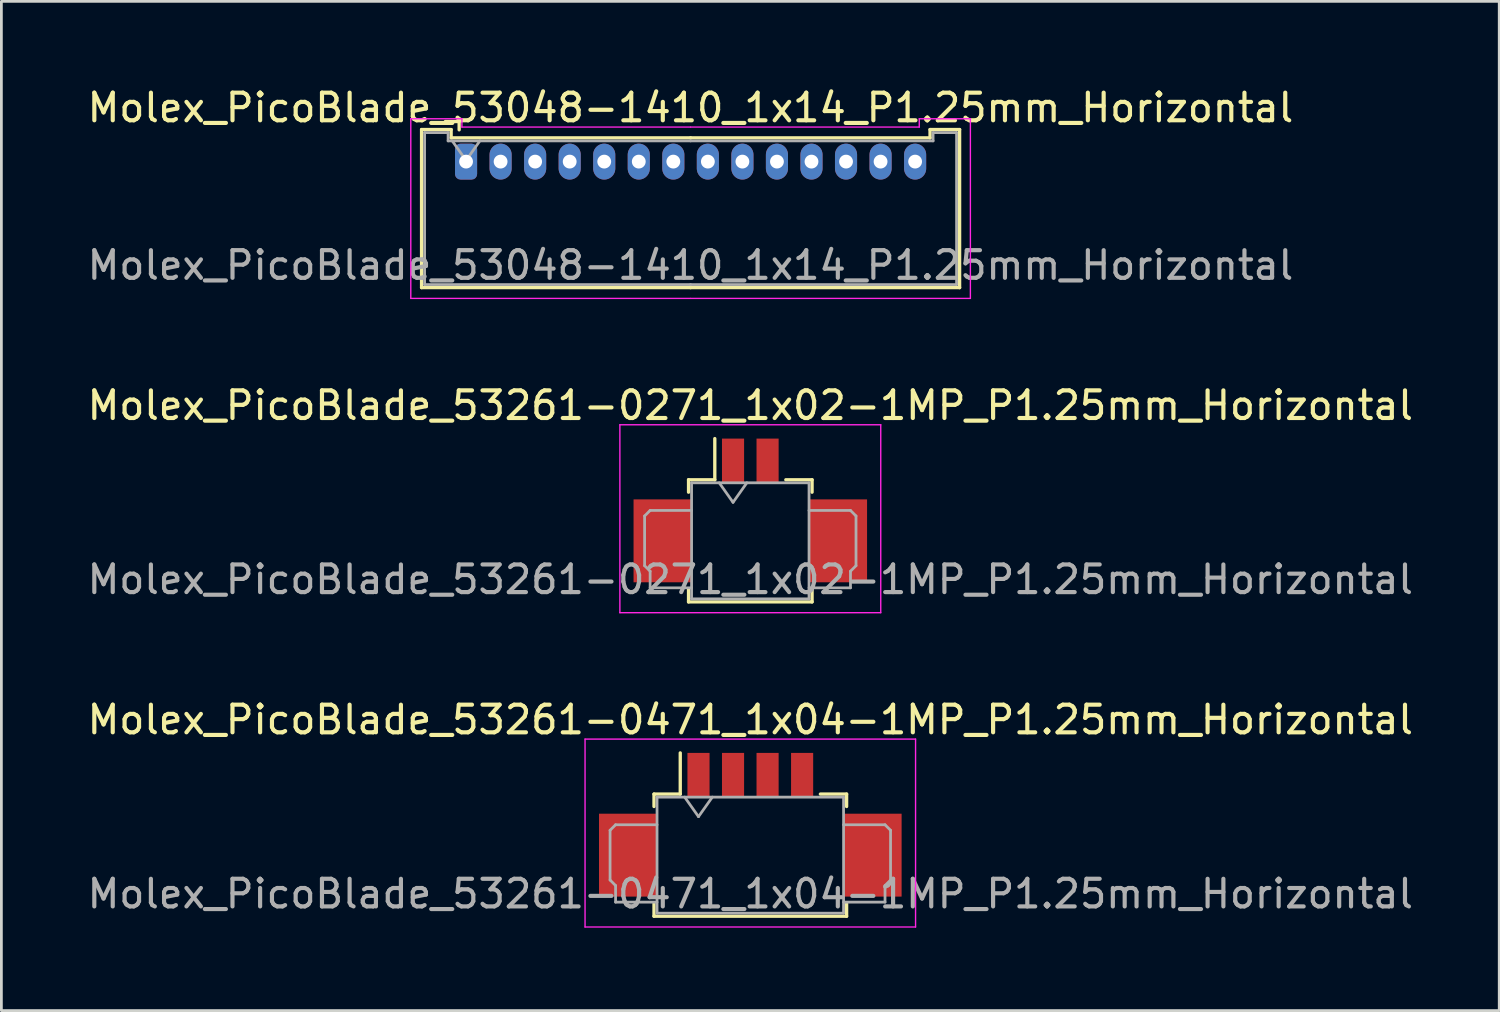
<source format=kicad_pcb>
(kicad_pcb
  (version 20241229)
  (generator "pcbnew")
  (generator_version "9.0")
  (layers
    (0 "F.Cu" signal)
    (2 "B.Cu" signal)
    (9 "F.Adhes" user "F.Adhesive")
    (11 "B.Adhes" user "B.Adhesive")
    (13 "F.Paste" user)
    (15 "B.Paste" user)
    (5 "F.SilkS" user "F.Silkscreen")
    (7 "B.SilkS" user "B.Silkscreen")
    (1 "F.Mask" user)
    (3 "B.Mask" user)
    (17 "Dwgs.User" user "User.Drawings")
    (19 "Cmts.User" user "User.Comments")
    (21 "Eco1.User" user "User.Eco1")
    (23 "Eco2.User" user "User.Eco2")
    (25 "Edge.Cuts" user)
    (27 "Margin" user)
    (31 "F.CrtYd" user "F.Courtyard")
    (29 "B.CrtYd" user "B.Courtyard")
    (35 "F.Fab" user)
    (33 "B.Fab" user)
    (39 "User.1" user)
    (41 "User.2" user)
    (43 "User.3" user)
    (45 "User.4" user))
  (footprint "Molex_PicoBlade_53048-1410_1x14_P1.25mm_Horizontal"
    (layer "F.Cu")
    (at 13.815 2.798)
    (property "Reference" "Molex_PicoBlade_53048-1410_1x14_P1.25mm_Horizontal" (at 8.12 -1.95 0) (layer "F.SilkS") (effects (font (size 1 1) (thickness 0.15))))
    (attr through_hole)
    (fp_line (start -1.61 -1.16) (end -1.61 4.56) (stroke (width 0.12) (type solid)) (layer "F.SilkS"))
    (fp_line (start -1.61 4.56) (end 8.125 4.56) (stroke (width 0.12) (type solid)) (layer "F.SilkS"))
    (fp_line (start -0.54 -1.16) (end -1.61 -1.16) (stroke (width 0.12) (type solid)) (layer "F.SilkS"))
    (fp_line (start -0.54 -0.86) (end -0.54 -1.16) (stroke (width 0.12) (type solid)) (layer "F.SilkS"))
    (fp_line (start -0.25 -1.45) (end -0.75 -1.45) (stroke (width 0.12) (type solid)) (layer "F.SilkS"))
    (fp_line (start -0.25 -1.15) (end -0.25 -1.45) (stroke (width 0.12) (type solid)) (layer "F.SilkS"))
    (fp_line (start 8.125 -0.86) (end -0.54 -0.86) (stroke (width 0.12) (type solid)) (layer "F.SilkS"))
    (fp_line (start 8.125 -0.86) (end 16.79 -0.86) (stroke (width 0.12) (type solid)) (layer "F.SilkS"))
    (fp_line (start 16.79 -1.16) (end 17.86 -1.16) (stroke (width 0.12) (type solid)) (layer "F.SilkS"))
    (fp_line (start 16.79 -0.86) (end 16.79 -1.16) (stroke (width 0.12) (type solid)) (layer "F.SilkS"))
    (fp_line (start 17.86 -1.16) (end 17.86 4.56) (stroke (width 0.12) (type solid)) (layer "F.SilkS"))
    (fp_line (start 17.86 4.56) (end 8.125 4.56) (stroke (width 0.12) (type solid)) (layer "F.SilkS"))
    (fp_line (start -2 -1.55) (end -2 4.95) (stroke (width 0.05) (type solid)) (layer "F.CrtYd"))
    (fp_line (start -2 4.95) (end 8.12 4.95) (stroke (width 0.05) (type solid)) (layer "F.CrtYd"))
    (fp_line (start -0.15 -1.55) (end -2 -1.55) (stroke (width 0.05) (type solid)) (layer "F.CrtYd"))
    (fp_line (start -0.15 -1.25) (end -0.15 -1.55) (stroke (width 0.05) (type solid)) (layer "F.CrtYd"))
    (fp_line (start 8.12 -1.25) (end -0.15 -1.25) (stroke (width 0.05) (type solid)) (layer "F.CrtYd"))
    (fp_line (start 8.13 -1.25) (end 16.4 -1.25) (stroke (width 0.05) (type solid)) (layer "F.CrtYd"))
    (fp_line (start 16.4 -1.55) (end 18.25 -1.55) (stroke (width 0.05) (type solid)) (layer "F.CrtYd"))
    (fp_line (start 16.4 -1.25) (end 16.4 -1.55) (stroke (width 0.05) (type solid)) (layer "F.CrtYd"))
    (fp_line (start 18.25 -1.55) (end 18.25 4.95) (stroke (width 0.05) (type solid)) (layer "F.CrtYd"))
    (fp_line (start 18.25 4.95) (end 8.13 4.95) (stroke (width 0.05) (type solid)) (layer "F.CrtYd"))
    (fp_line (start -1.5 -1.05) (end -1.5 4.45) (stroke (width 0.1) (type solid)) (layer "F.Fab"))
    (fp_line (start -1.5 4.45) (end 8.125 4.45) (stroke (width 0.1) (type solid)) (layer "F.Fab"))
    (fp_line (start -0.65 -1.05) (end -1.5 -1.05) (stroke (width 0.1) (type solid)) (layer "F.Fab"))
    (fp_line (start -0.65 -0.75) (end -0.65 -1.05) (stroke (width 0.1) (type solid)) (layer "F.Fab"))
    (fp_line (start -0.5 -0.75) (end 0 -0.043) (stroke (width 0.1) (type solid)) (layer "F.Fab"))
    (fp_line (start 0 -0.043) (end 0.5 -0.75) (stroke (width 0.1) (type solid)) (layer "F.Fab"))
    (fp_line (start 8.125 -0.75) (end -0.65 -0.75) (stroke (width 0.1) (type solid)) (layer "F.Fab"))
    (fp_line (start 8.125 -0.75) (end 16.9 -0.75) (stroke (width 0.1) (type solid)) (layer "F.Fab"))
    (fp_line (start 16.9 -1.05) (end 17.75 -1.05) (stroke (width 0.1) (type solid)) (layer "F.Fab"))
    (fp_line (start 16.9 -0.75) (end 16.9 -1.05) (stroke (width 0.1) (type solid)) (layer "F.Fab"))
    (fp_line (start 17.75 -1.05) (end 17.75 4.45) (stroke (width 0.1) (type solid)) (layer "F.Fab"))
    (fp_line (start 17.75 4.45) (end 8.125 4.45) (stroke (width 0.1) (type solid)) (layer "F.Fab"))
    (fp_text user "${REFERENCE}" (at 8.12 3.75 0) (layer "F.Fab") (effects (font (size 1 1) (thickness 0.15))))
    (pad "1" thru_hole roundrect (at 0 0) (size 0.8 1.3) (drill 0.5) (layers "*.Cu" "*.Mask") (roundrect_rratio 0.25))
    (pad "2" thru_hole oval (at 1.25 0) (size 0.8 1.3) (drill 0.5) (layers "*.Cu" "*.Mask"))
    (pad "3" thru_hole oval (at 2.5 0) (size 0.8 1.3) (drill 0.5) (layers "*.Cu" "*.Mask"))
    (pad "4" thru_hole oval (at 3.75 0) (size 0.8 1.3) (drill 0.5) (layers "*.Cu" "*.Mask"))
    (pad "5" thru_hole oval (at 5 0) (size 0.8 1.3) (drill 0.5) (layers "*.Cu" "*.Mask"))
    (pad "6" thru_hole oval (at 6.25 0) (size 0.8 1.3) (drill 0.5) (layers "*.Cu" "*.Mask"))
    (pad "7" thru_hole oval (at 7.5 0) (size 0.8 1.3) (drill 0.5) (layers "*.Cu" "*.Mask"))
    (pad "8" thru_hole oval (at 8.75 0) (size 0.8 1.3) (drill 0.5) (layers "*.Cu" "*.Mask"))
    (pad "9" thru_hole oval (at 10 0) (size 0.8 1.3) (drill 0.5) (layers "*.Cu" "*.Mask"))
    (pad "10" thru_hole oval (at 11.25 0) (size 0.8 1.3) (drill 0.5) (layers "*.Cu" "*.Mask"))
    (pad "11" thru_hole oval (at 12.5 0) (size 0.8 1.3) (drill 0.5) (layers "*.Cu" "*.Mask"))
    (pad "12" thru_hole oval (at 13.75 0) (size 0.8 1.3) (drill 0.5) (layers "*.Cu" "*.Mask"))
    (pad "13" thru_hole oval (at 15 0) (size 0.8 1.3) (drill 0.5) (layers "*.Cu" "*.Mask"))
    (pad "14" thru_hole oval (at 16.25 0) (size 0.8 1.3) (drill 0.5) (layers "*.Cu" "*.Mask")))
  (footprint "Molex_PicoBlade_53261-0271_1x02-1MP_P1.25mm_Horizontal"
    (layer "F.Cu")
    (at 24.101 16.021)
    (property "Reference" "Molex_PicoBlade_53261-0271_1x02-1MP_P1.25mm_Horizontal" (at 0 -4.4 0) (layer "F.SilkS") (effects (font (size 1 1) (thickness 0.15))))
    (attr smd)
    (fp_line (start -2.235 -1.71) (end -1.285 -1.71) (stroke (width 0.12) (type solid)) (layer "F.SilkS"))
    (fp_line (start -2.235 -1.26) (end -2.235 -1.71) (stroke (width 0.12) (type solid)) (layer "F.SilkS"))
    (fp_line (start -2.235 2.26) (end -2.235 2.71) (stroke (width 0.12) (type solid)) (layer "F.SilkS"))
    (fp_line (start -2.235 2.71) (end 2.235 2.71) (stroke (width 0.12) (type solid)) (layer "F.SilkS"))
    (fp_line (start -1.285 -1.71) (end -1.285 -3.2) (stroke (width 0.12) (type solid)) (layer "F.SilkS"))
    (fp_line (start 2.235 -1.71) (end 1.285 -1.71) (stroke (width 0.12) (type solid)) (layer "F.SilkS"))
    (fp_line (start 2.235 -1.26) (end 2.235 -1.71) (stroke (width 0.12) (type solid)) (layer "F.SilkS"))
    (fp_line (start 2.235 2.71) (end 2.235 2.26) (stroke (width 0.12) (type solid)) (layer "F.SilkS"))
    (fp_line (start -4.72 -3.7) (end -4.72 3.1) (stroke (width 0.05) (type solid)) (layer "F.CrtYd"))
    (fp_line (start -4.72 3.1) (end 4.72 3.1) (stroke (width 0.05) (type solid)) (layer "F.CrtYd"))
    (fp_line (start 4.72 -3.7) (end -4.72 -3.7) (stroke (width 0.05) (type solid)) (layer "F.CrtYd"))
    (fp_line (start 4.72 3.1) (end 4.72 -3.7) (stroke (width 0.05) (type solid)) (layer "F.CrtYd"))
    (fp_line (start -3.825 -0.4) (end -3.825 1.4) (stroke (width 0.1) (type solid)) (layer "F.Fab"))
    (fp_line (start -3.825 1.4) (end -3.625 1.6) (stroke (width 0.1) (type solid)) (layer "F.Fab"))
    (fp_line (start -3.625 -0.6) (end -3.825 -0.4) (stroke (width 0.1) (type solid)) (layer "F.Fab"))
    (fp_line (start -3.625 1.6) (end -3.625 2.2) (stroke (width 0.1) (type solid)) (layer "F.Fab"))
    (fp_line (start -3.625 2.2) (end -2.125 2.2) (stroke (width 0.1) (type solid)) (layer "F.Fab"))
    (fp_line (start -2.125 -1.6) (end -2.125 2.6) (stroke (width 0.1) (type solid)) (layer "F.Fab"))
    (fp_line (start -2.125 -1.6) (end 2.125 -1.6) (stroke (width 0.1) (type solid)) (layer "F.Fab"))
    (fp_line (start -2.125 -0.6) (end -3.625 -0.6) (stroke (width 0.1) (type solid)) (layer "F.Fab"))
    (fp_line (start -2.125 2.6) (end 2.125 2.6) (stroke (width 0.1) (type solid)) (layer "F.Fab"))
    (fp_line (start -1.125 -1.6) (end -0.625 -0.893) (stroke (width 0.1) (type solid)) (layer "F.Fab"))
    (fp_line (start -0.625 -0.893) (end -0.125 -1.6) (stroke (width 0.1) (type solid)) (layer "F.Fab"))
    (fp_line (start 2.125 -1.6) (end 2.125 2.6) (stroke (width 0.1) (type solid)) (layer "F.Fab"))
    (fp_line (start 2.125 -0.6) (end 3.625 -0.6) (stroke (width 0.1) (type solid)) (layer "F.Fab"))
    (fp_line (start 3.625 -0.6) (end 3.825 -0.4) (stroke (width 0.1) (type solid)) (layer "F.Fab"))
    (fp_line (start 3.625 1.6) (end 3.625 2.2) (stroke (width 0.1) (type solid)) (layer "F.Fab"))
    (fp_line (start 3.625 2.2) (end 2.125 2.2) (stroke (width 0.1) (type solid)) (layer "F.Fab"))
    (fp_line (start 3.825 -0.4) (end 3.825 1.4) (stroke (width 0.1) (type solid)) (layer "F.Fab"))
    (fp_line (start 3.825 1.4) (end 3.625 1.6) (stroke (width 0.1) (type solid)) (layer "F.Fab"))
    (fp_text user "${REFERENCE}" (at 0 1.9 0) (layer "F.Fab") (effects (font (size 1 1) (thickness 0.15))))
    (pad "1" smd rect (at -0.625 -2.4) (size 0.8 1.6) (layers "F.Cu" "F.Mask" "F.Paste"))
    (pad "2" smd rect (at 0.625 -2.4) (size 0.8 1.6) (layers "F.Cu" "F.Mask" "F.Paste"))
    (pad "MP" smd rect (at -3.175 0.5) (size 2.1 3) (layers "F.Cu" "F.Mask" "F.Paste"))
    (pad "MP" smd rect (at 3.175 0.5) (size 2.1 3) (layers "F.Cu" "F.Mask" "F.Paste")))
  (footprint "Molex_PicoBlade_53261-0471_1x04-1MP_P1.25mm_Horizontal"
    (layer "F.Cu")
    (at 24.101 27.395)
    (property "Reference" "Molex_PicoBlade_53261-0471_1x04-1MP_P1.25mm_Horizontal" (at 0 -4.4 0) (layer "F.SilkS") (effects (font (size 1 1) (thickness 0.15))))
    (attr smd)
    (fp_line (start -3.485 -1.71) (end -2.535 -1.71) (stroke (width 0.12) (type solid)) (layer "F.SilkS"))
    (fp_line (start -3.485 -1.26) (end -3.485 -1.71) (stroke (width 0.12) (type solid)) (layer "F.SilkS"))
    (fp_line (start -3.485 2.26) (end -3.485 2.71) (stroke (width 0.12) (type solid)) (layer "F.SilkS"))
    (fp_line (start -3.485 2.71) (end 3.485 2.71) (stroke (width 0.12) (type solid)) (layer "F.SilkS"))
    (fp_line (start -2.535 -1.71) (end -2.535 -3.2) (stroke (width 0.12) (type solid)) (layer "F.SilkS"))
    (fp_line (start 3.485 -1.71) (end 2.535 -1.71) (stroke (width 0.12) (type solid)) (layer "F.SilkS"))
    (fp_line (start 3.485 -1.26) (end 3.485 -1.71) (stroke (width 0.12) (type solid)) (layer "F.SilkS"))
    (fp_line (start 3.485 2.71) (end 3.485 2.26) (stroke (width 0.12) (type solid)) (layer "F.SilkS"))
    (fp_line (start -5.98 -3.7) (end -5.98 3.1) (stroke (width 0.05) (type solid)) (layer "F.CrtYd"))
    (fp_line (start -5.98 3.1) (end 5.98 3.1) (stroke (width 0.05) (type solid)) (layer "F.CrtYd"))
    (fp_line (start 5.98 -3.7) (end -5.98 -3.7) (stroke (width 0.05) (type solid)) (layer "F.CrtYd"))
    (fp_line (start 5.98 3.1) (end 5.98 -3.7) (stroke (width 0.05) (type solid)) (layer "F.CrtYd"))
    (fp_line (start -5.075 -0.4) (end -5.075 1.4) (stroke (width 0.1) (type solid)) (layer "F.Fab"))
    (fp_line (start -5.075 1.4) (end -4.875 1.6) (stroke (width 0.1) (type solid)) (layer "F.Fab"))
    (fp_line (start -4.875 -0.6) (end -5.075 -0.4) (stroke (width 0.1) (type solid)) (layer "F.Fab"))
    (fp_line (start -4.875 1.6) (end -4.875 2.2) (stroke (width 0.1) (type solid)) (layer "F.Fab"))
    (fp_line (start -4.875 2.2) (end -3.375 2.2) (stroke (width 0.1) (type solid)) (layer "F.Fab"))
    (fp_line (start -3.375 -1.6) (end -3.375 2.6) (stroke (width 0.1) (type solid)) (layer "F.Fab"))
    (fp_line (start -3.375 -1.6) (end 3.375 -1.6) (stroke (width 0.1) (type solid)) (layer "F.Fab"))
    (fp_line (start -3.375 -0.6) (end -4.875 -0.6) (stroke (width 0.1) (type solid)) (layer "F.Fab"))
    (fp_line (start -3.375 2.6) (end 3.375 2.6) (stroke (width 0.1) (type solid)) (layer "F.Fab"))
    (fp_line (start -2.375 -1.6) (end -1.875 -0.893) (stroke (width 0.1) (type solid)) (layer "F.Fab"))
    (fp_line (start -1.875 -0.893) (end -1.375 -1.6) (stroke (width 0.1) (type solid)) (layer "F.Fab"))
    (fp_line (start 3.375 -1.6) (end 3.375 2.6) (stroke (width 0.1) (type solid)) (layer "F.Fab"))
    (fp_line (start 3.375 -0.6) (end 4.875 -0.6) (stroke (width 0.1) (type solid)) (layer "F.Fab"))
    (fp_line (start 4.875 -0.6) (end 5.075 -0.4) (stroke (width 0.1) (type solid)) (layer "F.Fab"))
    (fp_line (start 4.875 1.6) (end 4.875 2.2) (stroke (width 0.1) (type solid)) (layer "F.Fab"))
    (fp_line (start 4.875 2.2) (end 3.375 2.2) (stroke (width 0.1) (type solid)) (layer "F.Fab"))
    (fp_line (start 5.075 -0.4) (end 5.075 1.4) (stroke (width 0.1) (type solid)) (layer "F.Fab"))
    (fp_line (start 5.075 1.4) (end 4.875 1.6) (stroke (width 0.1) (type solid)) (layer "F.Fab"))
    (fp_text user "${REFERENCE}" (at 0 1.9 0) (layer "F.Fab") (effects (font (size 1 1) (thickness 0.15))))
    (pad "1" smd rect (at -1.875 -2.4) (size 0.8 1.6) (layers "F.Cu" "F.Mask" "F.Paste"))
    (pad "2" smd rect (at -0.625 -2.4) (size 0.8 1.6) (layers "F.Cu" "F.Mask" "F.Paste"))
    (pad "3" smd rect (at 0.625 -2.4) (size 0.8 1.6) (layers "F.Cu" "F.Mask" "F.Paste"))
    (pad "4" smd rect (at 1.875 -2.4) (size 0.8 1.6) (layers "F.Cu" "F.Mask" "F.Paste"))
    (pad "MP" smd rect (at -4.425 0.5) (size 2.1 3) (layers "F.Cu" "F.Mask" "F.Paste"))
    (pad "MP" smd rect (at 4.425 0.5) (size 2.1 3) (layers "F.Cu" "F.Mask" "F.Paste")))
  (gr_rect
    (start -3 -3)
    (end 51.202 33.52)
    (stroke (width 0.1) (type default))
    (fill no)
    (layer "Edge.Cuts")))
</source>
